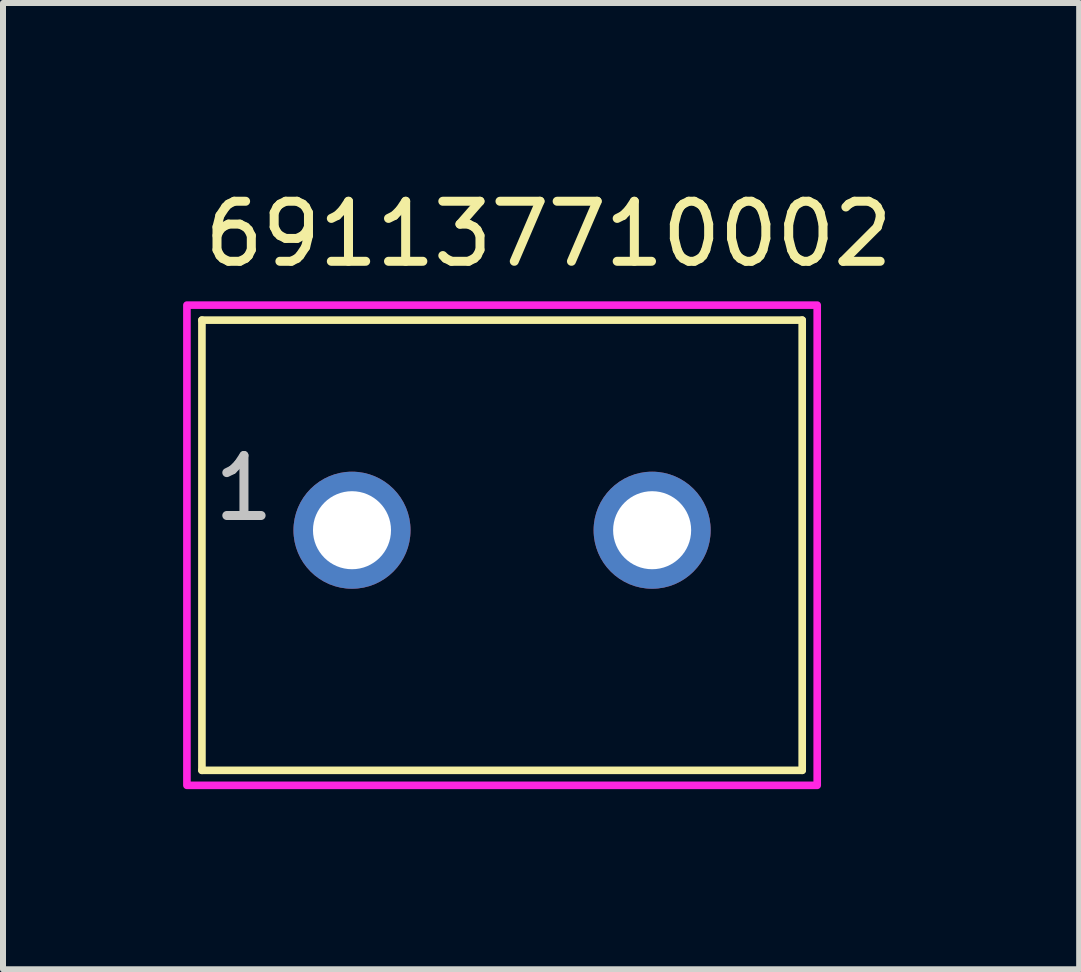
<source format=kicad_pcb>
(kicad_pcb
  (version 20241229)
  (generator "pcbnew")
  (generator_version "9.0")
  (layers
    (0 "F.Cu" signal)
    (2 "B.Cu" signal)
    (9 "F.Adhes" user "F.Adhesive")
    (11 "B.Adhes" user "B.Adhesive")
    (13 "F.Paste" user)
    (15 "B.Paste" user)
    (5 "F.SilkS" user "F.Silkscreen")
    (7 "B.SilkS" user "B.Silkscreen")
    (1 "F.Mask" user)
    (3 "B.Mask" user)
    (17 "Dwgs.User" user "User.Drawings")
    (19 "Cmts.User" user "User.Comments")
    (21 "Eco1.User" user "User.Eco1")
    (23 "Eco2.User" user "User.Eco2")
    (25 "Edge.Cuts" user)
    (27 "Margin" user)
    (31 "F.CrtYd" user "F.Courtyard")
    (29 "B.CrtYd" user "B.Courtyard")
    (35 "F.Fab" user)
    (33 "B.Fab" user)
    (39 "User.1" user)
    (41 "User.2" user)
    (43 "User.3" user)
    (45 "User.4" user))
  (footprint "691137710002"
    (layer "F.Cu")
    (at 5.314 5.783)
    (property "Reference" "691137710002" (at 0.775 -4.935 0) (layer "F.SilkS") (effects (font (size 1 1) (thickness 0.15))))
    (attr through_hole)
    (fp_line (start -5 -3.5) (end 5 -3.5) (stroke (width 0.127) (type solid)) (layer "F.SilkS"))
    (fp_line (start -5 4) (end -5 -3.5) (stroke (width 0.127) (type solid)) (layer "F.SilkS"))
    (fp_line (start 5 -3.5) (end 5 4) (stroke (width 0.127) (type solid)) (layer "F.SilkS"))
    (fp_line (start 5 4) (end -5 4) (stroke (width 0.127) (type solid)) (layer "F.SilkS"))
    (fp_poly (pts (xy -5.25 -3.75) (xy 5.25 -3.75) (xy 5.25 4.25) (xy -5.25 4.25)) (stroke (width 0.127) (type solid)) (fill no) (layer "F.CrtYd"))
    (fp_text user "1" (at -4.3 -0.7 0) (layer "Dwgs.User") (effects (font (size 1 1) (thickness 0.15))))
    (pad "1" thru_hole circle (at -2.5 0) (size 1.95 1.95) (drill 1.3) (layers "*.Cu" "*.Mask"))
    (pad "2" thru_hole circle (at 2.5 0) (size 1.95 1.95) (drill 1.3) (layers "*.Cu" "*.Mask")))
  (gr_rect
    (start -3 -3)
    (end 14.928 13.097)
    (stroke (width 0.1) (type default))
    (fill no)
    (layer "Edge.Cuts")))
</source>
